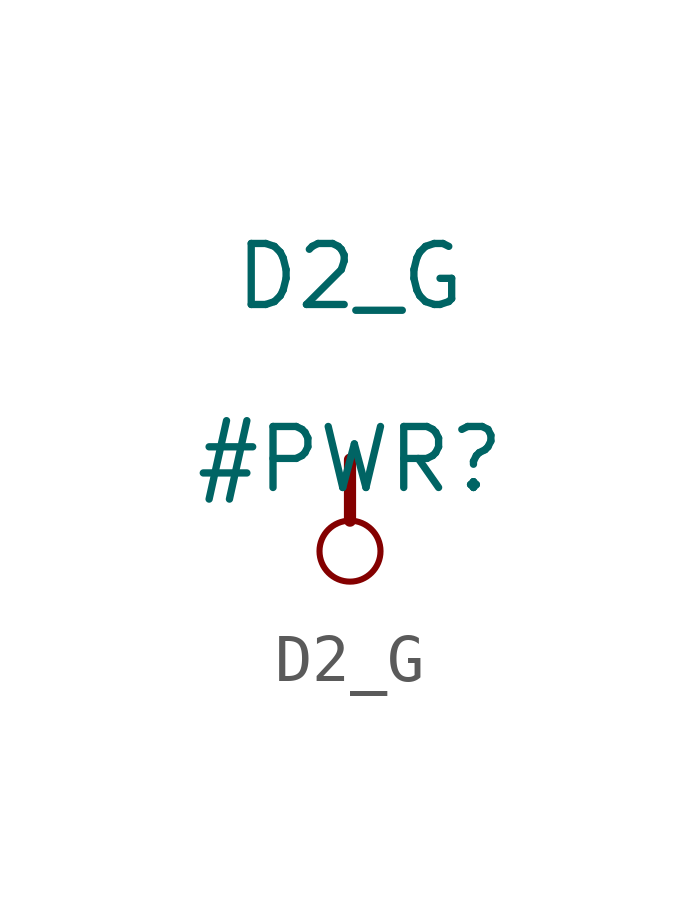
<source format=kicad_sym>
(kicad_symbol_lib
  (version 20211014)
  (generator kicad_symbol_editor)
  (symbol "D2_G"
    (power)
    (property "Reference" "#PWR"
      (at 0 0 0)
      (effects (font (size 1.27 1.27))))
    (property "Value" "D2_G"
      (at 0 3.81 0)
      (effects (font (size 1.27 1.27))))
    (symbol "D2_G_0_0"
      (circle (center 0 -1.905) (radius 0.635) (stroke (width 0.127) (type default) (color 0 0 0 0)) (fill (type none)))
      (polyline (pts (xy 0 0) (xy 0 -1.27)) (stroke (width 0.254) (type default) (color 0 0 0 0)) (fill (type none)))
      (pin power_in line (at 0 0 0) (length 0) hide (name "D2_G" (effects (font (size 1.27 1.27)))) (number "" (effects (font (size 1.27 1.27))))))))
</source>
